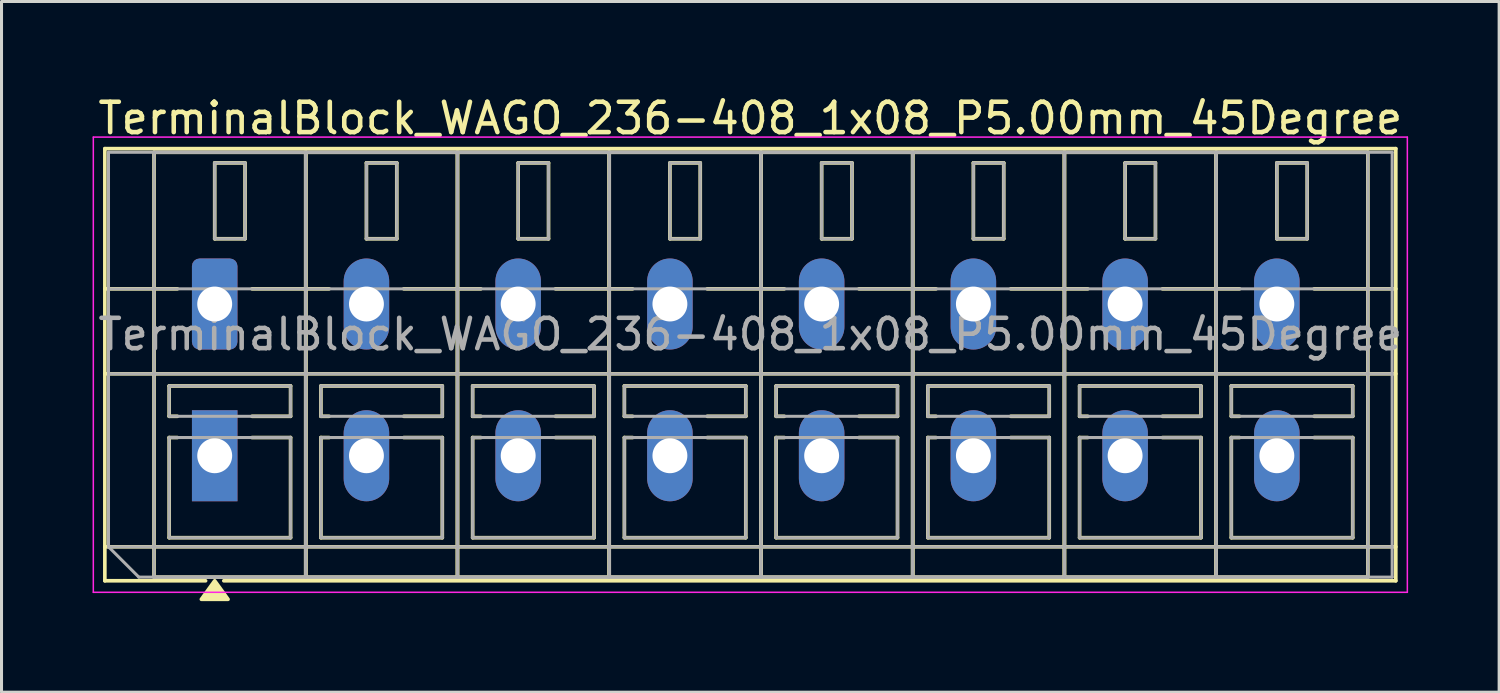
<source format=kicad_pcb>
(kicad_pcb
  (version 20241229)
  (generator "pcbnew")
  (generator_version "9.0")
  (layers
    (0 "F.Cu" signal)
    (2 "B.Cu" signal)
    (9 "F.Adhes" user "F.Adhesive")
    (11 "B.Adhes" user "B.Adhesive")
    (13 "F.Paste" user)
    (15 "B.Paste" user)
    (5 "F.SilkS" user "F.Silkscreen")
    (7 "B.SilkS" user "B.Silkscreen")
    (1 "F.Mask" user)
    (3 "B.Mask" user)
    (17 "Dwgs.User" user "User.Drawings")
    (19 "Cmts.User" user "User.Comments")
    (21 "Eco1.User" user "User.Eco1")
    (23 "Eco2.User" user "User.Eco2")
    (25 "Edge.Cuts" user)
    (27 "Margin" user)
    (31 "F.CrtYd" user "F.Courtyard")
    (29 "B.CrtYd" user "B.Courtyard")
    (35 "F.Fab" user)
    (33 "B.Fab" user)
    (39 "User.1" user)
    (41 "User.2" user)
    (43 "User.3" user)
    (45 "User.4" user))
  (footprint "TerminalBlock_WAGO_236-408_1x08_P5.00mm_45Degree"
    (layer "F.Cu")
    (at 4.025 6.968)
    (property "Reference" "TerminalBlock_WAGO_236-408_1x08_P5.00mm_45Degree" (at 17.65 -6.12 0) (layer "F.SilkS") (effects (font (size 1 1) (thickness 0.15))))
    (attr through_hole)
    (fp_line (start -3.62 -5.12) (end 38.92 -5.12) (stroke (width 0.12) (type solid)) (layer "F.SilkS"))
    (fp_line (start -3.62 -0.5) (end -1.23 -0.5) (stroke (width 0.12) (type solid)) (layer "F.SilkS"))
    (fp_line (start -3.62 2.3) (end 38.92 2.3) (stroke (width 0.12) (type solid)) (layer "F.SilkS"))
    (fp_line (start -3.62 8) (end 38.92 8) (stroke (width 0.12) (type solid)) (layer "F.SilkS"))
    (fp_line (start -3.62 9.12) (end -3.62 -5.12) (stroke (width 0.12) (type solid)) (layer "F.SilkS"))
    (fp_line (start -2 -5) (end 3 -5) (stroke (width 0.12) (type solid)) (layer "F.SilkS"))
    (fp_line (start -2 9) (end -2 -5) (stroke (width 0.12) (type solid)) (layer "F.SilkS"))
    (fp_line (start -1.5 2.7) (end 2.5 2.7) (stroke (width 0.12) (type solid)) (layer "F.SilkS"))
    (fp_line (start -1.5 3.7) (end -1.5 2.7) (stroke (width 0.12) (type solid)) (layer "F.SilkS"))
    (fp_line (start -1.5 4.4) (end -1.23 4.4) (stroke (width 0.12) (type solid)) (layer "F.SilkS"))
    (fp_line (start -1.5 7.7) (end -1.5 4.4) (stroke (width 0.12) (type solid)) (layer "F.SilkS"))
    (fp_line (start -1.23 3.7) (end -1.5 3.7) (stroke (width 0.12) (type solid)) (layer "F.SilkS"))
    (fp_line (start -0.3 9.12) (end -3.62 9.12) (stroke (width 0.12) (type solid)) (layer "F.SilkS"))
    (fp_line (start 0 -4.65) (end 1 -4.65) (stroke (width 0.12) (type solid)) (layer "F.SilkS"))
    (fp_line (start 0 -2.15) (end 0 -4.65) (stroke (width 0.12) (type solid)) (layer "F.SilkS"))
    (fp_line (start 1 -4.65) (end 1 -2.15) (stroke (width 0.12) (type solid)) (layer "F.SilkS"))
    (fp_line (start 1 -2.15) (end 0 -2.15) (stroke (width 0.12) (type solid)) (layer "F.SilkS"))
    (fp_line (start 1.23 -0.5) (end 3.77 -0.5) (stroke (width 0.12) (type solid)) (layer "F.SilkS"))
    (fp_line (start 1.23 4.4) (end 2.5 4.4) (stroke (width 0.12) (type solid)) (layer "F.SilkS"))
    (fp_line (start 2.5 2.7) (end 2.5 3.7) (stroke (width 0.12) (type solid)) (layer "F.SilkS"))
    (fp_line (start 2.5 3.7) (end 1.23 3.7) (stroke (width 0.12) (type solid)) (layer "F.SilkS"))
    (fp_line (start 2.5 4.4) (end 2.5 7.7) (stroke (width 0.12) (type solid)) (layer "F.SilkS"))
    (fp_line (start 2.5 7.7) (end -1.5 7.7) (stroke (width 0.12) (type solid)) (layer "F.SilkS"))
    (fp_line (start 3 -5) (end 3 9) (stroke (width 0.12) (type solid)) (layer "F.SilkS"))
    (fp_line (start 3 -5) (end 8 -5) (stroke (width 0.12) (type solid)) (layer "F.SilkS"))
    (fp_line (start 3 9) (end -2 9) (stroke (width 0.12) (type solid)) (layer "F.SilkS"))
    (fp_line (start 3 9) (end 3 -5) (stroke (width 0.12) (type solid)) (layer "F.SilkS"))
    (fp_line (start 3.5 2.7) (end 7.5 2.7) (stroke (width 0.12) (type solid)) (layer "F.SilkS"))
    (fp_line (start 3.5 3.7) (end 3.5 2.7) (stroke (width 0.12) (type solid)) (layer "F.SilkS"))
    (fp_line (start 3.5 4.4) (end 3.77 4.4) (stroke (width 0.12) (type solid)) (layer "F.SilkS"))
    (fp_line (start 3.5 7.7) (end 3.5 4.4) (stroke (width 0.12) (type solid)) (layer "F.SilkS"))
    (fp_line (start 3.77 3.7) (end 3.5 3.7) (stroke (width 0.12) (type solid)) (layer "F.SilkS"))
    (fp_line (start 5 -4.65) (end 6 -4.65) (stroke (width 0.12) (type solid)) (layer "F.SilkS"))
    (fp_line (start 5 -2.15) (end 5 -4.65) (stroke (width 0.12) (type solid)) (layer "F.SilkS"))
    (fp_line (start 6 -4.65) (end 6 -2.15) (stroke (width 0.12) (type solid)) (layer "F.SilkS"))
    (fp_line (start 6 -2.15) (end 5 -2.15) (stroke (width 0.12) (type solid)) (layer "F.SilkS"))
    (fp_line (start 6.23 -0.5) (end 8.77 -0.5) (stroke (width 0.12) (type solid)) (layer "F.SilkS"))
    (fp_line (start 6.23 4.4) (end 7.5 4.4) (stroke (width 0.12) (type solid)) (layer "F.SilkS"))
    (fp_line (start 7.5 2.7) (end 7.5 3.7) (stroke (width 0.12) (type solid)) (layer "F.SilkS"))
    (fp_line (start 7.5 3.7) (end 6.23 3.7) (stroke (width 0.12) (type solid)) (layer "F.SilkS"))
    (fp_line (start 7.5 4.4) (end 7.5 7.7) (stroke (width 0.12) (type solid)) (layer "F.SilkS"))
    (fp_line (start 7.5 7.7) (end 3.5 7.7) (stroke (width 0.12) (type solid)) (layer "F.SilkS"))
    (fp_line (start 8 -5) (end 8 9) (stroke (width 0.12) (type solid)) (layer "F.SilkS"))
    (fp_line (start 8 -5) (end 13 -5) (stroke (width 0.12) (type solid)) (layer "F.SilkS"))
    (fp_line (start 8 9) (end 3 9) (stroke (width 0.12) (type solid)) (layer "F.SilkS"))
    (fp_line (start 8 9) (end 8 -5) (stroke (width 0.12) (type solid)) (layer "F.SilkS"))
    (fp_line (start 8.5 2.7) (end 12.5 2.7) (stroke (width 0.12) (type solid)) (layer "F.SilkS"))
    (fp_line (start 8.5 3.7) (end 8.5 2.7) (stroke (width 0.12) (type solid)) (layer "F.SilkS"))
    (fp_line (start 8.5 4.4) (end 8.77 4.4) (stroke (width 0.12) (type solid)) (layer "F.SilkS"))
    (fp_line (start 8.5 7.7) (end 8.5 4.4) (stroke (width 0.12) (type solid)) (layer "F.SilkS"))
    (fp_line (start 8.77 3.7) (end 8.5 3.7) (stroke (width 0.12) (type solid)) (layer "F.SilkS"))
    (fp_line (start 10 -4.65) (end 11 -4.65) (stroke (width 0.12) (type solid)) (layer "F.SilkS"))
    (fp_line (start 10 -2.15) (end 10 -4.65) (stroke (width 0.12) (type solid)) (layer "F.SilkS"))
    (fp_line (start 11 -4.65) (end 11 -2.15) (stroke (width 0.12) (type solid)) (layer "F.SilkS"))
    (fp_line (start 11 -2.15) (end 10 -2.15) (stroke (width 0.12) (type solid)) (layer "F.SilkS"))
    (fp_line (start 11.23 -0.5) (end 13.77 -0.5) (stroke (width 0.12) (type solid)) (layer "F.SilkS"))
    (fp_line (start 11.23 4.4) (end 12.5 4.4) (stroke (width 0.12) (type solid)) (layer "F.SilkS"))
    (fp_line (start 12.5 2.7) (end 12.5 3.7) (stroke (width 0.12) (type solid)) (layer "F.SilkS"))
    (fp_line (start 12.5 3.7) (end 11.23 3.7) (stroke (width 0.12) (type solid)) (layer "F.SilkS"))
    (fp_line (start 12.5 4.4) (end 12.5 7.7) (stroke (width 0.12) (type solid)) (layer "F.SilkS"))
    (fp_line (start 12.5 7.7) (end 8.5 7.7) (stroke (width 0.12) (type solid)) (layer "F.SilkS"))
    (fp_line (start 13 -5) (end 13 9) (stroke (width 0.12) (type solid)) (layer "F.SilkS"))
    (fp_line (start 13 -5) (end 18 -5) (stroke (width 0.12) (type solid)) (layer "F.SilkS"))
    (fp_line (start 13 9) (end 8 9) (stroke (width 0.12) (type solid)) (layer "F.SilkS"))
    (fp_line (start 13 9) (end 13 -5) (stroke (width 0.12) (type solid)) (layer "F.SilkS"))
    (fp_line (start 13.5 2.7) (end 17.5 2.7) (stroke (width 0.12) (type solid)) (layer "F.SilkS"))
    (fp_line (start 13.5 3.7) (end 13.5 2.7) (stroke (width 0.12) (type solid)) (layer "F.SilkS"))
    (fp_line (start 13.5 4.4) (end 13.77 4.4) (stroke (width 0.12) (type solid)) (layer "F.SilkS"))
    (fp_line (start 13.5 7.7) (end 13.5 4.4) (stroke (width 0.12) (type solid)) (layer "F.SilkS"))
    (fp_line (start 13.77 3.7) (end 13.5 3.7) (stroke (width 0.12) (type solid)) (layer "F.SilkS"))
    (fp_line (start 15 -4.65) (end 16 -4.65) (stroke (width 0.12) (type solid)) (layer "F.SilkS"))
    (fp_line (start 15 -2.15) (end 15 -4.65) (stroke (width 0.12) (type solid)) (layer "F.SilkS"))
    (fp_line (start 16 -4.65) (end 16 -2.15) (stroke (width 0.12) (type solid)) (layer "F.SilkS"))
    (fp_line (start 16 -2.15) (end 15 -2.15) (stroke (width 0.12) (type solid)) (layer "F.SilkS"))
    (fp_line (start 16.23 -0.5) (end 18.77 -0.5) (stroke (width 0.12) (type solid)) (layer "F.SilkS"))
    (fp_line (start 16.23 4.4) (end 17.5 4.4) (stroke (width 0.12) (type solid)) (layer "F.SilkS"))
    (fp_line (start 17.5 2.7) (end 17.5 3.7) (stroke (width 0.12) (type solid)) (layer "F.SilkS"))
    (fp_line (start 17.5 3.7) (end 16.23 3.7) (stroke (width 0.12) (type solid)) (layer "F.SilkS"))
    (fp_line (start 17.5 4.4) (end 17.5 7.7) (stroke (width 0.12) (type solid)) (layer "F.SilkS"))
    (fp_line (start 17.5 7.7) (end 13.5 7.7) (stroke (width 0.12) (type solid)) (layer "F.SilkS"))
    (fp_line (start 18 -5) (end 18 9) (stroke (width 0.12) (type solid)) (layer "F.SilkS"))
    (fp_line (start 18 -5) (end 23 -5) (stroke (width 0.12) (type solid)) (layer "F.SilkS"))
    (fp_line (start 18 9) (end 13 9) (stroke (width 0.12) (type solid)) (layer "F.SilkS"))
    (fp_line (start 18 9) (end 18 -5) (stroke (width 0.12) (type solid)) (layer "F.SilkS"))
    (fp_line (start 18.5 2.7) (end 22.5 2.7) (stroke (width 0.12) (type solid)) (layer "F.SilkS"))
    (fp_line (start 18.5 3.7) (end 18.5 2.7) (stroke (width 0.12) (type solid)) (layer "F.SilkS"))
    (fp_line (start 18.5 4.4) (end 18.77 4.4) (stroke (width 0.12) (type solid)) (layer "F.SilkS"))
    (fp_line (start 18.5 7.7) (end 18.5 4.4) (stroke (width 0.12) (type solid)) (layer "F.SilkS"))
    (fp_line (start 18.77 3.7) (end 18.5 3.7) (stroke (width 0.12) (type solid)) (layer "F.SilkS"))
    (fp_line (start 20 -4.65) (end 21 -4.65) (stroke (width 0.12) (type solid)) (layer "F.SilkS"))
    (fp_line (start 20 -2.15) (end 20 -4.65) (stroke (width 0.12) (type solid)) (layer "F.SilkS"))
    (fp_line (start 21 -4.65) (end 21 -2.15) (stroke (width 0.12) (type solid)) (layer "F.SilkS"))
    (fp_line (start 21 -2.15) (end 20 -2.15) (stroke (width 0.12) (type solid)) (layer "F.SilkS"))
    (fp_line (start 21.23 -0.5) (end 23.77 -0.5) (stroke (width 0.12) (type solid)) (layer "F.SilkS"))
    (fp_line (start 21.23 4.4) (end 22.5 4.4) (stroke (width 0.12) (type solid)) (layer "F.SilkS"))
    (fp_line (start 22.5 2.7) (end 22.5 3.7) (stroke (width 0.12) (type solid)) (layer "F.SilkS"))
    (fp_line (start 22.5 3.7) (end 21.23 3.7) (stroke (width 0.12) (type solid)) (layer "F.SilkS"))
    (fp_line (start 22.5 4.4) (end 22.5 7.7) (stroke (width 0.12) (type solid)) (layer "F.SilkS"))
    (fp_line (start 22.5 7.7) (end 18.5 7.7) (stroke (width 0.12) (type solid)) (layer "F.SilkS"))
    (fp_line (start 23 -5) (end 23 9) (stroke (width 0.12) (type solid)) (layer "F.SilkS"))
    (fp_line (start 23 -5) (end 28 -5) (stroke (width 0.12) (type solid)) (layer "F.SilkS"))
    (fp_line (start 23 9) (end 18 9) (stroke (width 0.12) (type solid)) (layer "F.SilkS"))
    (fp_line (start 23 9) (end 23 -5) (stroke (width 0.12) (type solid)) (layer "F.SilkS"))
    (fp_line (start 23.5 2.7) (end 27.5 2.7) (stroke (width 0.12) (type solid)) (layer "F.SilkS"))
    (fp_line (start 23.5 3.7) (end 23.5 2.7) (stroke (width 0.12) (type solid)) (layer "F.SilkS"))
    (fp_line (start 23.5 4.4) (end 23.77 4.4) (stroke (width 0.12) (type solid)) (layer "F.SilkS"))
    (fp_line (start 23.5 7.7) (end 23.5 4.4) (stroke (width 0.12) (type solid)) (layer "F.SilkS"))
    (fp_line (start 23.77 3.7) (end 23.5 3.7) (stroke (width 0.12) (type solid)) (layer "F.SilkS"))
    (fp_line (start 25 -4.65) (end 26 -4.65) (stroke (width 0.12) (type solid)) (layer "F.SilkS"))
    (fp_line (start 25 -2.15) (end 25 -4.65) (stroke (width 0.12) (type solid)) (layer "F.SilkS"))
    (fp_line (start 26 -4.65) (end 26 -2.15) (stroke (width 0.12) (type solid)) (layer "F.SilkS"))
    (fp_line (start 26 -2.15) (end 25 -2.15) (stroke (width 0.12) (type solid)) (layer "F.SilkS"))
    (fp_line (start 26.23 -0.5) (end 28.77 -0.5) (stroke (width 0.12) (type solid)) (layer "F.SilkS"))
    (fp_line (start 26.23 4.4) (end 27.5 4.4) (stroke (width 0.12) (type solid)) (layer "F.SilkS"))
    (fp_line (start 27.5 2.7) (end 27.5 3.7) (stroke (width 0.12) (type solid)) (layer "F.SilkS"))
    (fp_line (start 27.5 3.7) (end 26.23 3.7) (stroke (width 0.12) (type solid)) (layer "F.SilkS"))
    (fp_line (start 27.5 4.4) (end 27.5 7.7) (stroke (width 0.12) (type solid)) (layer "F.SilkS"))
    (fp_line (start 27.5 7.7) (end 23.5 7.7) (stroke (width 0.12) (type solid)) (layer "F.SilkS"))
    (fp_line (start 28 -5) (end 28 9) (stroke (width 0.12) (type solid)) (layer "F.SilkS"))
    (fp_line (start 28 -5) (end 33 -5) (stroke (width 0.12) (type solid)) (layer "F.SilkS"))
    (fp_line (start 28 9) (end 23 9) (stroke (width 0.12) (type solid)) (layer "F.SilkS"))
    (fp_line (start 28 9) (end 28 -5) (stroke (width 0.12) (type solid)) (layer "F.SilkS"))
    (fp_line (start 28.5 2.7) (end 32.5 2.7) (stroke (width 0.12) (type solid)) (layer "F.SilkS"))
    (fp_line (start 28.5 3.7) (end 28.5 2.7) (stroke (width 0.12) (type solid)) (layer "F.SilkS"))
    (fp_line (start 28.5 4.4) (end 28.77 4.4) (stroke (width 0.12) (type solid)) (layer "F.SilkS"))
    (fp_line (start 28.5 7.7) (end 28.5 4.4) (stroke (width 0.12) (type solid)) (layer "F.SilkS"))
    (fp_line (start 28.77 3.7) (end 28.5 3.7) (stroke (width 0.12) (type solid)) (layer "F.SilkS"))
    (fp_line (start 30 -4.65) (end 31 -4.65) (stroke (width 0.12) (type solid)) (layer "F.SilkS"))
    (fp_line (start 30 -2.15) (end 30 -4.65) (stroke (width 0.12) (type solid)) (layer "F.SilkS"))
    (fp_line (start 31 -4.65) (end 31 -2.15) (stroke (width 0.12) (type solid)) (layer "F.SilkS"))
    (fp_line (start 31 -2.15) (end 30 -2.15) (stroke (width 0.12) (type solid)) (layer "F.SilkS"))
    (fp_line (start 31.23 -0.5) (end 33.77 -0.5) (stroke (width 0.12) (type solid)) (layer "F.SilkS"))
    (fp_line (start 31.23 4.4) (end 32.5 4.4) (stroke (width 0.12) (type solid)) (layer "F.SilkS"))
    (fp_line (start 32.5 2.7) (end 32.5 3.7) (stroke (width 0.12) (type solid)) (layer "F.SilkS"))
    (fp_line (start 32.5 3.7) (end 31.23 3.7) (stroke (width 0.12) (type solid)) (layer "F.SilkS"))
    (fp_line (start 32.5 4.4) (end 32.5 7.7) (stroke (width 0.12) (type solid)) (layer "F.SilkS"))
    (fp_line (start 32.5 7.7) (end 28.5 7.7) (stroke (width 0.12) (type solid)) (layer "F.SilkS"))
    (fp_line (start 33 -5) (end 33 9) (stroke (width 0.12) (type solid)) (layer "F.SilkS"))
    (fp_line (start 33 -5) (end 38 -5) (stroke (width 0.12) (type solid)) (layer "F.SilkS"))
    (fp_line (start 33 9) (end 28 9) (stroke (width 0.12) (type solid)) (layer "F.SilkS"))
    (fp_line (start 33 9) (end 33 -5) (stroke (width 0.12) (type solid)) (layer "F.SilkS"))
    (fp_line (start 33.5 2.7) (end 37.5 2.7) (stroke (width 0.12) (type solid)) (layer "F.SilkS"))
    (fp_line (start 33.5 3.7) (end 33.5 2.7) (stroke (width 0.12) (type solid)) (layer "F.SilkS"))
    (fp_line (start 33.5 4.4) (end 33.77 4.4) (stroke (width 0.12) (type solid)) (layer "F.SilkS"))
    (fp_line (start 33.5 7.7) (end 33.5 4.4) (stroke (width 0.12) (type solid)) (layer "F.SilkS"))
    (fp_line (start 33.77 3.7) (end 33.5 3.7) (stroke (width 0.12) (type solid)) (layer "F.SilkS"))
    (fp_line (start 35 -4.65) (end 36 -4.65) (stroke (width 0.12) (type solid)) (layer "F.SilkS"))
    (fp_line (start 35 -2.15) (end 35 -4.65) (stroke (width 0.12) (type solid)) (layer "F.SilkS"))
    (fp_line (start 36 -4.65) (end 36 -2.15) (stroke (width 0.12) (type solid)) (layer "F.SilkS"))
    (fp_line (start 36 -2.15) (end 35 -2.15) (stroke (width 0.12) (type solid)) (layer "F.SilkS"))
    (fp_line (start 36.23 -0.5) (end 38.92 -0.5) (stroke (width 0.12) (type solid)) (layer "F.SilkS"))
    (fp_line (start 36.23 4.4) (end 37.5 4.4) (stroke (width 0.12) (type solid)) (layer "F.SilkS"))
    (fp_line (start 37.5 2.7) (end 37.5 3.7) (stroke (width 0.12) (type solid)) (layer "F.SilkS"))
    (fp_line (start 37.5 3.7) (end 36.23 3.7) (stroke (width 0.12) (type solid)) (layer "F.SilkS"))
    (fp_line (start 37.5 4.4) (end 37.5 7.7) (stroke (width 0.12) (type solid)) (layer "F.SilkS"))
    (fp_line (start 37.5 7.7) (end 33.5 7.7) (stroke (width 0.12) (type solid)) (layer "F.SilkS"))
    (fp_line (start 38 -5) (end 38 9) (stroke (width 0.12) (type solid)) (layer "F.SilkS"))
    (fp_line (start 38 9) (end 33 9) (stroke (width 0.12) (type solid)) (layer "F.SilkS"))
    (fp_line (start 38.92 -5.12) (end 38.92 9.12) (stroke (width 0.12) (type solid)) (layer "F.SilkS"))
    (fp_line (start 38.92 9.12) (end 0.3 9.12) (stroke (width 0.12) (type solid)) (layer "F.SilkS"))
    (fp_poly (pts (xy 0 9.12) (xy 0.44 9.73) (xy -0.44 9.73)) (stroke (width 0.12) (type solid)) (fill yes) (layer "F.SilkS"))
    (fp_line (start -4 -5.5) (end -4 9.5) (stroke (width 0.05) (type solid)) (layer "F.CrtYd"))
    (fp_line (start -4 9.5) (end 39.3 9.5) (stroke (width 0.05) (type solid)) (layer "F.CrtYd"))
    (fp_line (start 39.3 -5.5) (end -4 -5.5) (stroke (width 0.05) (type solid)) (layer "F.CrtYd"))
    (fp_line (start 39.3 9.5) (end 39.3 -5.5) (stroke (width 0.05) (type solid)) (layer "F.CrtYd"))
    (fp_line (start -3.5 -5) (end 38.8 -5) (stroke (width 0.1) (type solid)) (layer "F.Fab"))
    (fp_line (start -3.5 -0.5) (end 38.8 -0.5) (stroke (width 0.1) (type solid)) (layer "F.Fab"))
    (fp_line (start -3.5 2.3) (end 38.8 2.3) (stroke (width 0.1) (type solid)) (layer "F.Fab"))
    (fp_line (start -3.5 8) (end -3.5 -5) (stroke (width 0.1) (type solid)) (layer "F.Fab"))
    (fp_line (start -3.5 8) (end 38.8 8) (stroke (width 0.1) (type solid)) (layer "F.Fab"))
    (fp_line (start -2.5 9) (end -3.5 8) (stroke (width 0.1) (type solid)) (layer "F.Fab"))
    (fp_line (start -2 -5) (end -2 9) (stroke (width 0.1) (type solid)) (layer "F.Fab"))
    (fp_line (start -2 9) (end 3 9) (stroke (width 0.1) (type solid)) (layer "F.Fab"))
    (fp_line (start -1.5 2.7) (end -1.5 3.7) (stroke (width 0.1) (type solid)) (layer "F.Fab"))
    (fp_line (start -1.5 3.7) (end 2.5 3.7) (stroke (width 0.1) (type solid)) (layer "F.Fab"))
    (fp_line (start -1.5 4.4) (end -1.5 7.7) (stroke (width 0.1) (type solid)) (layer "F.Fab"))
    (fp_line (start -1.5 7.7) (end 2.5 7.7) (stroke (width 0.1) (type solid)) (layer "F.Fab"))
    (fp_line (start 0 -4.65) (end 0 -2.15) (stroke (width 0.1) (type solid)) (layer "F.Fab"))
    (fp_line (start 0 -2.15) (end 1 -2.15) (stroke (width 0.1) (type solid)) (layer "F.Fab"))
    (fp_line (start 1 -4.65) (end 0 -4.65) (stroke (width 0.1) (type solid)) (layer "F.Fab"))
    (fp_line (start 1 -2.15) (end 1 -4.65) (stroke (width 0.1) (type solid)) (layer "F.Fab"))
    (fp_line (start 2.5 2.7) (end -1.5 2.7) (stroke (width 0.1) (type solid)) (layer "F.Fab"))
    (fp_line (start 2.5 3.7) (end 2.5 2.7) (stroke (width 0.1) (type solid)) (layer "F.Fab"))
    (fp_line (start 2.5 4.4) (end -1.5 4.4) (stroke (width 0.1) (type solid)) (layer "F.Fab"))
    (fp_line (start 2.5 7.7) (end 2.5 4.4) (stroke (width 0.1) (type solid)) (layer "F.Fab"))
    (fp_line (start 3 -5) (end -2 -5) (stroke (width 0.1) (type solid)) (layer "F.Fab"))
    (fp_line (start 3 -5) (end 3 9) (stroke (width 0.1) (type solid)) (layer "F.Fab"))
    (fp_line (start 3 9) (end 3 -5) (stroke (width 0.1) (type solid)) (layer "F.Fab"))
    (fp_line (start 3 9) (end 8 9) (stroke (width 0.1) (type solid)) (layer "F.Fab"))
    (fp_line (start 3.5 2.7) (end 3.5 3.7) (stroke (width 0.1) (type solid)) (layer "F.Fab"))
    (fp_line (start 3.5 3.7) (end 7.5 3.7) (stroke (width 0.1) (type solid)) (layer "F.Fab"))
    (fp_line (start 3.5 4.4) (end 3.5 7.7) (stroke (width 0.1) (type solid)) (layer "F.Fab"))
    (fp_line (start 3.5 7.7) (end 7.5 7.7) (stroke (width 0.1) (type solid)) (layer "F.Fab"))
    (fp_line (start 5 -4.65) (end 5 -2.15) (stroke (width 0.1) (type solid)) (layer "F.Fab"))
    (fp_line (start 5 -2.15) (end 6 -2.15) (stroke (width 0.1) (type solid)) (layer "F.Fab"))
    (fp_line (start 6 -4.65) (end 5 -4.65) (stroke (width 0.1) (type solid)) (layer "F.Fab"))
    (fp_line (start 6 -2.15) (end 6 -4.65) (stroke (width 0.1) (type solid)) (layer "F.Fab"))
    (fp_line (start 7.5 2.7) (end 3.5 2.7) (stroke (width 0.1) (type solid)) (layer "F.Fab"))
    (fp_line (start 7.5 3.7) (end 7.5 2.7) (stroke (width 0.1) (type solid)) (layer "F.Fab"))
    (fp_line (start 7.5 4.4) (end 3.5 4.4) (stroke (width 0.1) (type solid)) (layer "F.Fab"))
    (fp_line (start 7.5 7.7) (end 7.5 4.4) (stroke (width 0.1) (type solid)) (layer "F.Fab"))
    (fp_line (start 8 -5) (end 3 -5) (stroke (width 0.1) (type solid)) (layer "F.Fab"))
    (fp_line (start 8 -5) (end 8 9) (stroke (width 0.1) (type solid)) (layer "F.Fab"))
    (fp_line (start 8 9) (end 8 -5) (stroke (width 0.1) (type solid)) (layer "F.Fab"))
    (fp_line (start 8 9) (end 13 9) (stroke (width 0.1) (type solid)) (layer "F.Fab"))
    (fp_line (start 8.5 2.7) (end 8.5 3.7) (stroke (width 0.1) (type solid)) (layer "F.Fab"))
    (fp_line (start 8.5 3.7) (end 12.5 3.7) (stroke (width 0.1) (type solid)) (layer "F.Fab"))
    (fp_line (start 8.5 4.4) (end 8.5 7.7) (stroke (width 0.1) (type solid)) (layer "F.Fab"))
    (fp_line (start 8.5 7.7) (end 12.5 7.7) (stroke (width 0.1) (type solid)) (layer "F.Fab"))
    (fp_line (start 10 -4.65) (end 10 -2.15) (stroke (width 0.1) (type solid)) (layer "F.Fab"))
    (fp_line (start 10 -2.15) (end 11 -2.15) (stroke (width 0.1) (type solid)) (layer "F.Fab"))
    (fp_line (start 11 -4.65) (end 10 -4.65) (stroke (width 0.1) (type solid)) (layer "F.Fab"))
    (fp_line (start 11 -2.15) (end 11 -4.65) (stroke (width 0.1) (type solid)) (layer "F.Fab"))
    (fp_line (start 12.5 2.7) (end 8.5 2.7) (stroke (width 0.1) (type solid)) (layer "F.Fab"))
    (fp_line (start 12.5 3.7) (end 12.5 2.7) (stroke (width 0.1) (type solid)) (layer "F.Fab"))
    (fp_line (start 12.5 4.4) (end 8.5 4.4) (stroke (width 0.1) (type solid)) (layer "F.Fab"))
    (fp_line (start 12.5 7.7) (end 12.5 4.4) (stroke (width 0.1) (type solid)) (layer "F.Fab"))
    (fp_line (start 13 -5) (end 8 -5) (stroke (width 0.1) (type solid)) (layer "F.Fab"))
    (fp_line (start 13 -5) (end 13 9) (stroke (width 0.1) (type solid)) (layer "F.Fab"))
    (fp_line (start 13 9) (end 13 -5) (stroke (width 0.1) (type solid)) (layer "F.Fab"))
    (fp_line (start 13 9) (end 18 9) (stroke (width 0.1) (type solid)) (layer "F.Fab"))
    (fp_line (start 13.5 2.7) (end 13.5 3.7) (stroke (width 0.1) (type solid)) (layer "F.Fab"))
    (fp_line (start 13.5 3.7) (end 17.5 3.7) (stroke (width 0.1) (type solid)) (layer "F.Fab"))
    (fp_line (start 13.5 4.4) (end 13.5 7.7) (stroke (width 0.1) (type solid)) (layer "F.Fab"))
    (fp_line (start 13.5 7.7) (end 17.5 7.7) (stroke (width 0.1) (type solid)) (layer "F.Fab"))
    (fp_line (start 15 -4.65) (end 15 -2.15) (stroke (width 0.1) (type solid)) (layer "F.Fab"))
    (fp_line (start 15 -2.15) (end 16 -2.15) (stroke (width 0.1) (type solid)) (layer "F.Fab"))
    (fp_line (start 16 -4.65) (end 15 -4.65) (stroke (width 0.1) (type solid)) (layer "F.Fab"))
    (fp_line (start 16 -2.15) (end 16 -4.65) (stroke (width 0.1) (type solid)) (layer "F.Fab"))
    (fp_line (start 17.5 2.7) (end 13.5 2.7) (stroke (width 0.1) (type solid)) (layer "F.Fab"))
    (fp_line (start 17.5 3.7) (end 17.5 2.7) (stroke (width 0.1) (type solid)) (layer "F.Fab"))
    (fp_line (start 17.5 4.4) (end 13.5 4.4) (stroke (width 0.1) (type solid)) (layer "F.Fab"))
    (fp_line (start 17.5 7.7) (end 17.5 4.4) (stroke (width 0.1) (type solid)) (layer "F.Fab"))
    (fp_line (start 18 -5) (end 13 -5) (stroke (width 0.1) (type solid)) (layer "F.Fab"))
    (fp_line (start 18 -5) (end 18 9) (stroke (width 0.1) (type solid)) (layer "F.Fab"))
    (fp_line (start 18 9) (end 18 -5) (stroke (width 0.1) (type solid)) (layer "F.Fab"))
    (fp_line (start 18 9) (end 23 9) (stroke (width 0.1) (type solid)) (layer "F.Fab"))
    (fp_line (start 18.5 2.7) (end 18.5 3.7) (stroke (width 0.1) (type solid)) (layer "F.Fab"))
    (fp_line (start 18.5 3.7) (end 22.5 3.7) (stroke (width 0.1) (type solid)) (layer "F.Fab"))
    (fp_line (start 18.5 4.4) (end 18.5 7.7) (stroke (width 0.1) (type solid)) (layer "F.Fab"))
    (fp_line (start 18.5 7.7) (end 22.5 7.7) (stroke (width 0.1) (type solid)) (layer "F.Fab"))
    (fp_line (start 20 -4.65) (end 20 -2.15) (stroke (width 0.1) (type solid)) (layer "F.Fab"))
    (fp_line (start 20 -2.15) (end 21 -2.15) (stroke (width 0.1) (type solid)) (layer "F.Fab"))
    (fp_line (start 21 -4.65) (end 20 -4.65) (stroke (width 0.1) (type solid)) (layer "F.Fab"))
    (fp_line (start 21 -2.15) (end 21 -4.65) (stroke (width 0.1) (type solid)) (layer "F.Fab"))
    (fp_line (start 22.5 2.7) (end 18.5 2.7) (stroke (width 0.1) (type solid)) (layer "F.Fab"))
    (fp_line (start 22.5 3.7) (end 22.5 2.7) (stroke (width 0.1) (type solid)) (layer "F.Fab"))
    (fp_line (start 22.5 4.4) (end 18.5 4.4) (stroke (width 0.1) (type solid)) (layer "F.Fab"))
    (fp_line (start 22.5 7.7) (end 22.5 4.4) (stroke (width 0.1) (type solid)) (layer "F.Fab"))
    (fp_line (start 23 -5) (end 18 -5) (stroke (width 0.1) (type solid)) (layer "F.Fab"))
    (fp_line (start 23 -5) (end 23 9) (stroke (width 0.1) (type solid)) (layer "F.Fab"))
    (fp_line (start 23 9) (end 23 -5) (stroke (width 0.1) (type solid)) (layer "F.Fab"))
    (fp_line (start 23 9) (end 28 9) (stroke (width 0.1) (type solid)) (layer "F.Fab"))
    (fp_line (start 23.5 2.7) (end 23.5 3.7) (stroke (width 0.1) (type solid)) (layer "F.Fab"))
    (fp_line (start 23.5 3.7) (end 27.5 3.7) (stroke (width 0.1) (type solid)) (layer "F.Fab"))
    (fp_line (start 23.5 4.4) (end 23.5 7.7) (stroke (width 0.1) (type solid)) (layer "F.Fab"))
    (fp_line (start 23.5 7.7) (end 27.5 7.7) (stroke (width 0.1) (type solid)) (layer "F.Fab"))
    (fp_line (start 25 -4.65) (end 25 -2.15) (stroke (width 0.1) (type solid)) (layer "F.Fab"))
    (fp_line (start 25 -2.15) (end 26 -2.15) (stroke (width 0.1) (type solid)) (layer "F.Fab"))
    (fp_line (start 26 -4.65) (end 25 -4.65) (stroke (width 0.1) (type solid)) (layer "F.Fab"))
    (fp_line (start 26 -2.15) (end 26 -4.65) (stroke (width 0.1) (type solid)) (layer "F.Fab"))
    (fp_line (start 27.5 2.7) (end 23.5 2.7) (stroke (width 0.1) (type solid)) (layer "F.Fab"))
    (fp_line (start 27.5 3.7) (end 27.5 2.7) (stroke (width 0.1) (type solid)) (layer "F.Fab"))
    (fp_line (start 27.5 4.4) (end 23.5 4.4) (stroke (width 0.1) (type solid)) (layer "F.Fab"))
    (fp_line (start 27.5 7.7) (end 27.5 4.4) (stroke (width 0.1) (type solid)) (layer "F.Fab"))
    (fp_line (start 28 -5) (end 23 -5) (stroke (width 0.1) (type solid)) (layer "F.Fab"))
    (fp_line (start 28 -5) (end 28 9) (stroke (width 0.1) (type solid)) (layer "F.Fab"))
    (fp_line (start 28 9) (end 28 -5) (stroke (width 0.1) (type solid)) (layer "F.Fab"))
    (fp_line (start 28 9) (end 33 9) (stroke (width 0.1) (type solid)) (layer "F.Fab"))
    (fp_line (start 28.5 2.7) (end 28.5 3.7) (stroke (width 0.1) (type solid)) (layer "F.Fab"))
    (fp_line (start 28.5 3.7) (end 32.5 3.7) (stroke (width 0.1) (type solid)) (layer "F.Fab"))
    (fp_line (start 28.5 4.4) (end 28.5 7.7) (stroke (width 0.1) (type solid)) (layer "F.Fab"))
    (fp_line (start 28.5 7.7) (end 32.5 7.7) (stroke (width 0.1) (type solid)) (layer "F.Fab"))
    (fp_line (start 30 -4.65) (end 30 -2.15) (stroke (width 0.1) (type solid)) (layer "F.Fab"))
    (fp_line (start 30 -2.15) (end 31 -2.15) (stroke (width 0.1) (type solid)) (layer "F.Fab"))
    (fp_line (start 31 -4.65) (end 30 -4.65) (stroke (width 0.1) (type solid)) (layer "F.Fab"))
    (fp_line (start 31 -2.15) (end 31 -4.65) (stroke (width 0.1) (type solid)) (layer "F.Fab"))
    (fp_line (start 32.5 2.7) (end 28.5 2.7) (stroke (width 0.1) (type solid)) (layer "F.Fab"))
    (fp_line (start 32.5 3.7) (end 32.5 2.7) (stroke (width 0.1) (type solid)) (layer "F.Fab"))
    (fp_line (start 32.5 4.4) (end 28.5 4.4) (stroke (width 0.1) (type solid)) (layer "F.Fab"))
    (fp_line (start 32.5 7.7) (end 32.5 4.4) (stroke (width 0.1) (type solid)) (layer "F.Fab"))
    (fp_line (start 33 -5) (end 28 -5) (stroke (width 0.1) (type solid)) (layer "F.Fab"))
    (fp_line (start 33 -5) (end 33 9) (stroke (width 0.1) (type solid)) (layer "F.Fab"))
    (fp_line (start 33 9) (end 33 -5) (stroke (width 0.1) (type solid)) (layer "F.Fab"))
    (fp_line (start 33 9) (end 38 9) (stroke (width 0.1) (type solid)) (layer "F.Fab"))
    (fp_line (start 33.5 2.7) (end 33.5 3.7) (stroke (width 0.1) (type solid)) (layer "F.Fab"))
    (fp_line (start 33.5 3.7) (end 37.5 3.7) (stroke (width 0.1) (type solid)) (layer "F.Fab"))
    (fp_line (start 33.5 4.4) (end 33.5 7.7) (stroke (width 0.1) (type solid)) (layer "F.Fab"))
    (fp_line (start 33.5 7.7) (end 37.5 7.7) (stroke (width 0.1) (type solid)) (layer "F.Fab"))
    (fp_line (start 35 -4.65) (end 35 -2.15) (stroke (width 0.1) (type solid)) (layer "F.Fab"))
    (fp_line (start 35 -2.15) (end 36 -2.15) (stroke (width 0.1) (type solid)) (layer "F.Fab"))
    (fp_line (start 36 -4.65) (end 35 -4.65) (stroke (width 0.1) (type solid)) (layer "F.Fab"))
    (fp_line (start 36 -2.15) (end 36 -4.65) (stroke (width 0.1) (type solid)) (layer "F.Fab"))
    (fp_line (start 37.5 2.7) (end 33.5 2.7) (stroke (width 0.1) (type solid)) (layer "F.Fab"))
    (fp_line (start 37.5 3.7) (end 37.5 2.7) (stroke (width 0.1) (type solid)) (layer "F.Fab"))
    (fp_line (start 37.5 4.4) (end 33.5 4.4) (stroke (width 0.1) (type solid)) (layer "F.Fab"))
    (fp_line (start 37.5 7.7) (end 37.5 4.4) (stroke (width 0.1) (type solid)) (layer "F.Fab"))
    (fp_line (start 38 -5) (end 33 -5) (stroke (width 0.1) (type solid)) (layer "F.Fab"))
    (fp_line (start 38 9) (end 38 -5) (stroke (width 0.1) (type solid)) (layer "F.Fab"))
    (fp_line (start 38.8 -5) (end 38.8 9) (stroke (width 0.1) (type solid)) (layer "F.Fab"))
    (fp_line (start 38.8 9) (end -2.5 9) (stroke (width 0.1) (type solid)) (layer "F.Fab"))
    (fp_text user "${REFERENCE}" (at 17.65 1 0) (layer "F.Fab") (effects (font (size 1 1) (thickness 0.15))))
    (pad "1" thru_hole roundrect (at 0 0) (size 1.5 3) (drill 1.15) (layers "*.Cu" "*.Mask") (roundrect_rratio 0.167))
    (pad "1" thru_hole rect (at 0 5) (size 1.5 3) (drill 1.15) (layers "*.Cu" "*.Mask"))
    (pad "2" thru_hole oval (at 5 0) (size 1.5 3) (drill 1.15) (layers "*.Cu" "*.Mask"))
    (pad "2" thru_hole oval (at 5 5) (size 1.5 3) (drill 1.15) (layers "*.Cu" "*.Mask"))
    (pad "3" thru_hole oval (at 10 0) (size 1.5 3) (drill 1.15) (layers "*.Cu" "*.Mask"))
    (pad "3" thru_hole oval (at 10 5) (size 1.5 3) (drill 1.15) (layers "*.Cu" "*.Mask"))
    (pad "4" thru_hole oval (at 15 0) (size 1.5 3) (drill 1.15) (layers "*.Cu" "*.Mask"))
    (pad "4" thru_hole oval (at 15 5) (size 1.5 3) (drill 1.15) (layers "*.Cu" "*.Mask"))
    (pad "5" thru_hole oval (at 20 0) (size 1.5 3) (drill 1.15) (layers "*.Cu" "*.Mask"))
    (pad "5" thru_hole oval (at 20 5) (size 1.5 3) (drill 1.15) (layers "*.Cu" "*.Mask"))
    (pad "6" thru_hole oval (at 25 0) (size 1.5 3) (drill 1.15) (layers "*.Cu" "*.Mask"))
    (pad "6" thru_hole oval (at 25 5) (size 1.5 3) (drill 1.15) (layers "*.Cu" "*.Mask"))
    (pad "7" thru_hole oval (at 30 0) (size 1.5 3) (drill 1.15) (layers "*.Cu" "*.Mask"))
    (pad "7" thru_hole oval (at 30 5) (size 1.5 3) (drill 1.15) (layers "*.Cu" "*.Mask"))
    (pad "8" thru_hole oval (at 35 0) (size 1.5 3) (drill 1.15) (layers "*.Cu" "*.Mask"))
    (pad "8" thru_hole oval (at 35 5) (size 1.5 3) (drill 1.15) (layers "*.Cu" "*.Mask")))
  (gr_rect
    (start -3 -3)
    (end 46.35 19.758)
    (stroke (width 0.1) (type default))
    (fill no)
    (layer "Edge.Cuts")))
</source>
